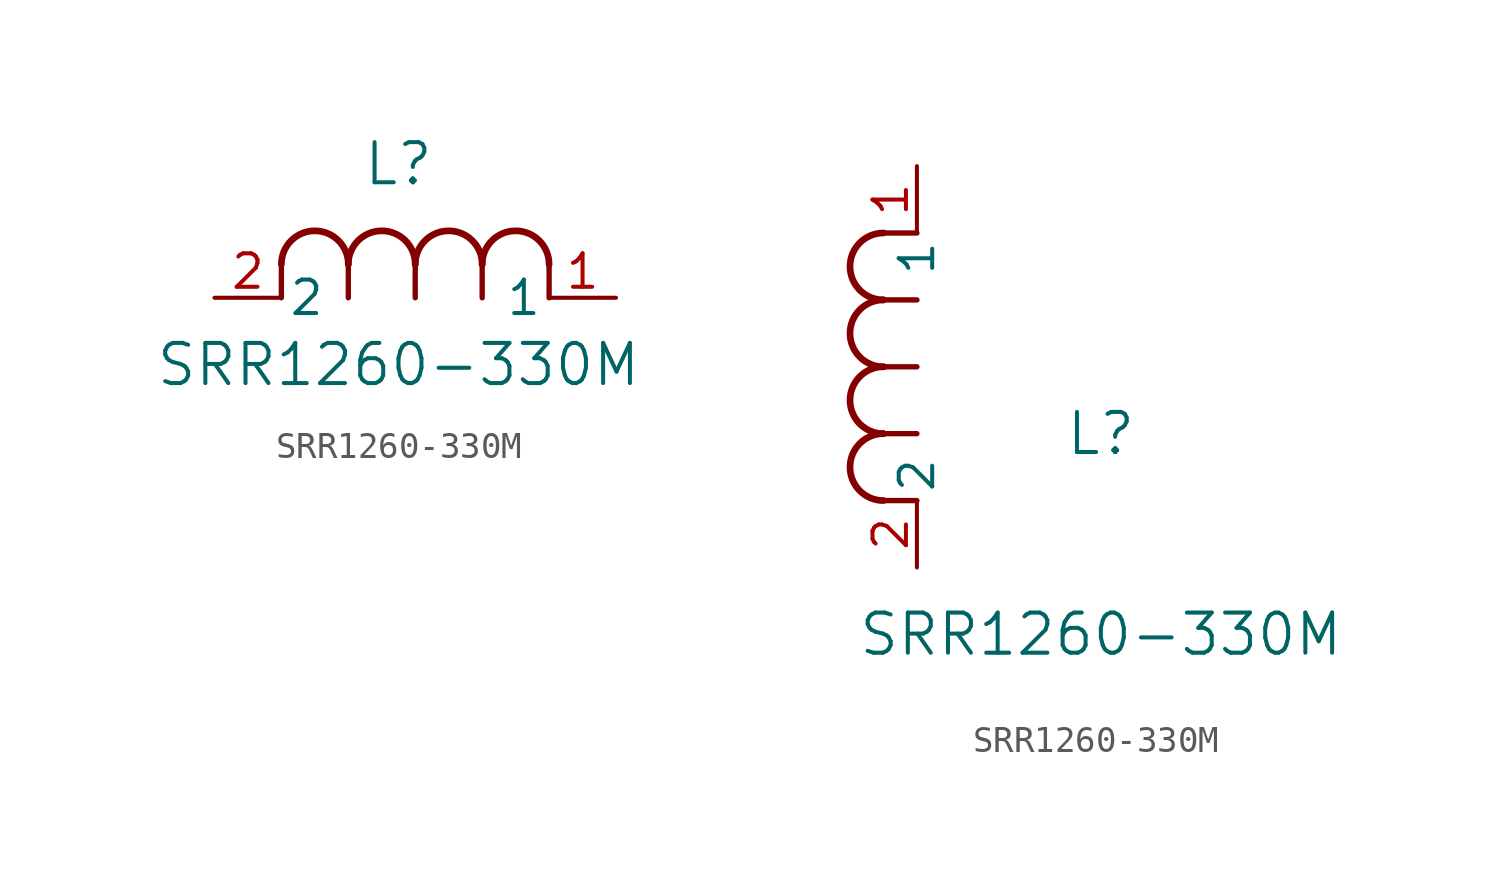
<source format=kicad_sym>
(kicad_symbol_lib
  (version 20211014)
  (generator kicad_symbol_editor)
  (symbol "SRR1260-330M"
    (pin_names
      (offset 0.254))
    (property "Reference" "L"
      (at 6.985 5.08 0)
      (effects (font (size 1.524 1.524))))
    (property "Value" "SRR1260-330M"
      (at 6.985 -2.54 0)
      (effects (font (size 1.524 1.524))))
    (symbol "SRR1260-330M_1_1"
      (arc (start 7.62 1.27) (mid 6.35 2.54) (end 5.08 1.27) (stroke (width 0.254) (type default) (color 0 0 0 0)) (fill (type none)))
      (polyline (pts (xy 5.08 0) (xy 5.08 1.27)) (stroke (width 0.203) (type default) (color 0 0 0 0)) (fill (type none)))
      (polyline (pts (xy 7.62 0) (xy 7.62 1.27)) (stroke (width 0.203) (type default) (color 0 0 0 0)) (fill (type none)))
      (polyline (pts (xy 12.7 0) (xy 12.7 1.27)) (stroke (width 0.203) (type default) (color 0 0 0 0)) (fill (type none)))
      (arc (start 5.08 1.27) (mid 3.81 2.54) (end 2.54 1.27) (stroke (width 0.254) (type default) (color 0 0 0 0)) (fill (type none)))
      (arc (start 10.16 1.27) (mid 8.89 2.54) (end 7.62 1.27) (stroke (width 0.254) (type default) (color 0 0 0 0)) (fill (type none)))
      (arc (start 12.7 1.27) (mid 11.43 2.54) (end 10.16 1.27) (stroke (width 0.254) (type default) (color 0 0 0 0)) (fill (type none)))
      (polyline (pts (xy 2.54 0) (xy 2.54 1.27)) (stroke (width 0.203) (type default) (color 0 0 0 0)) (fill (type none)))
      (polyline (pts (xy 10.16 0) (xy 10.16 1.27)) (stroke (width 0.203) (type default) (color 0 0 0 0)) (fill (type none)))
      (pin unspecified line (at 0 0 0) (length 2.54) (name "2" (effects (font (size 1.27 1.27)))) (number "2" (effects (font (size 1.27 1.27)))))
      (pin unspecified line (at 15.24 0 180) (length 2.54) (name "1" (effects (font (size 1.27 1.27)))) (number "1" (effects (font (size 1.27 1.27))))))
    (symbol "SRR1260-330M_1_2"
      (arc (start -1.27 7.62) (mid -2.54 6.35) (end -1.27 5.08) (stroke (width 0.254) (type default) (color 0 0 0 0)) (fill (type none)))
      (arc (start -1.27 5.08) (mid -2.54 3.81) (end -1.27 2.54) (stroke (width 0.254) (type default) (color 0 0 0 0)) (fill (type none)))
      (arc (start -1.27 12.7) (mid -2.54 11.43) (end -1.27 10.16) (stroke (width 0.254) (type default) (color 0 0 0 0)) (fill (type none)))
      (arc (start -1.27 10.16) (mid -2.54 8.89) (end -1.27 7.62) (stroke (width 0.254) (type default) (color 0 0 0 0)) (fill (type none)))
      (polyline (pts (xy 0 7.62) (xy -1.27 7.62)) (stroke (width 0.203) (type default) (color 0 0 0 0)) (fill (type none)))
      (polyline (pts (xy 0 5.08) (xy -1.27 5.08)) (stroke (width 0.203) (type default) (color 0 0 0 0)) (fill (type none)))
      (polyline (pts (xy 0 12.7) (xy -1.27 12.7)) (stroke (width 0.203) (type default) (color 0 0 0 0)) (fill (type none)))
      (polyline (pts (xy 0 2.54) (xy -1.27 2.54)) (stroke (width 0.203) (type default) (color 0 0 0 0)) (fill (type none)))
      (polyline (pts (xy 0 10.16) (xy -1.27 10.16)) (stroke (width 0.203) (type default) (color 0 0 0 0)) (fill (type none)))
      (pin unspecified line (at 0 0 90) (length 2.54) (name "2" (effects (font (size 1.27 1.27)))) (number "2" (effects (font (size 1.27 1.27)))))
      (pin unspecified line (at 0 15.24 270) (length 2.54) (name "1" (effects (font (size 1.27 1.27)))) (number "1" (effects (font (size 1.27 1.27))))))))
</source>
